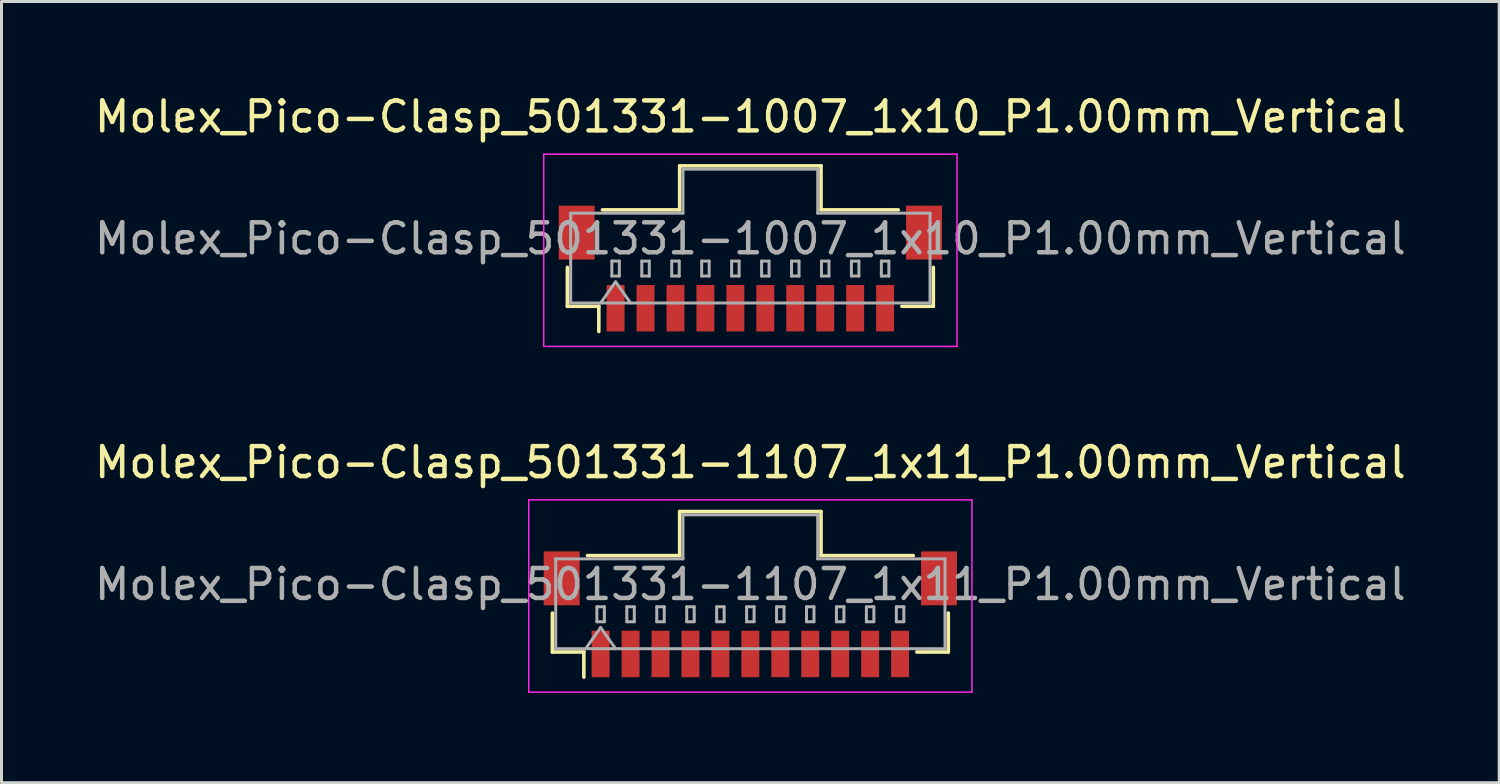
<source format=kicad_pcb>
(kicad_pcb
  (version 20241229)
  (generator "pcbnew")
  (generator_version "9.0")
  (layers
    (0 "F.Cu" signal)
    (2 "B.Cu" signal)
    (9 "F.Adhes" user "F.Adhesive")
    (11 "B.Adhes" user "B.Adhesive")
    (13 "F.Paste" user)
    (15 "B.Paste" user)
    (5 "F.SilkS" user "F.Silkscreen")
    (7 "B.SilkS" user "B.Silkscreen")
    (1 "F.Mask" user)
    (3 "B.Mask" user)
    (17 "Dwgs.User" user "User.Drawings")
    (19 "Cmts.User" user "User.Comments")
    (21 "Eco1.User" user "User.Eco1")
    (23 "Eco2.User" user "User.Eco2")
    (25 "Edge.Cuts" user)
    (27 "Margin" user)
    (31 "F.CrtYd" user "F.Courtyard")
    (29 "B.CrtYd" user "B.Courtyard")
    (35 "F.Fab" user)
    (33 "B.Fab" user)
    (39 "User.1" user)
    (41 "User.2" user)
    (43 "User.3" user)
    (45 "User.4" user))
  (footprint "Molex_Pico-Clasp_501331-1007_1x10_P1.00mm_Vertical"
    (layer "F.Cu")
    (at 22.006 5.918)
    (property "Reference" "Molex_Pico-Clasp_501331-1007_1x10_P1.00mm_Vertical" (at 0 -5.07 0) (layer "F.SilkS") (effects (font (size 1 1) (thickness 0.15))))
    (attr smd)
    (fp_line (start -6.11 -0.04) (end -6.11 1.26) (stroke (width 0.12) (type solid)) (layer "F.SilkS"))
    (fp_line (start -6.11 1.26) (end -5.06 1.26) (stroke (width 0.12) (type solid)) (layer "F.SilkS"))
    (fp_line (start -5.06 1.26) (end -5.06 2.1) (stroke (width 0.12) (type solid)) (layer "F.SilkS"))
    (fp_line (start -4.94 -1.96) (end -2.36 -1.96) (stroke (width 0.12) (type solid)) (layer "F.SilkS"))
    (fp_line (start -2.36 -3.43) (end 2.36 -3.43) (stroke (width 0.12) (type solid)) (layer "F.SilkS"))
    (fp_line (start -2.36 -1.96) (end -2.36 -3.43) (stroke (width 0.12) (type solid)) (layer "F.SilkS"))
    (fp_line (start 2.36 -3.43) (end 2.36 -1.96) (stroke (width 0.12) (type solid)) (layer "F.SilkS"))
    (fp_line (start 2.36 -1.96) (end 4.94 -1.96) (stroke (width 0.12) (type solid)) (layer "F.SilkS"))
    (fp_line (start 6.11 -0.04) (end 6.11 1.26) (stroke (width 0.12) (type solid)) (layer "F.SilkS"))
    (fp_line (start 6.11 1.26) (end 5.06 1.26) (stroke (width 0.12) (type solid)) (layer "F.SilkS"))
    (fp_line (start -6.9 -3.82) (end -6.9 2.6) (stroke (width 0.05) (type solid)) (layer "F.CrtYd"))
    (fp_line (start -6.9 2.6) (end 6.9 2.6) (stroke (width 0.05) (type solid)) (layer "F.CrtYd"))
    (fp_line (start 6.9 -3.82) (end -6.9 -3.82) (stroke (width 0.05) (type solid)) (layer "F.CrtYd"))
    (fp_line (start 6.9 2.6) (end 6.9 -3.82) (stroke (width 0.05) (type solid)) (layer "F.CrtYd"))
    (fp_line (start -6 -1.85) (end -2.25 -1.85) (stroke (width 0.1) (type solid)) (layer "F.Fab"))
    (fp_line (start -6 1.15) (end -6 -1.85) (stroke (width 0.1) (type solid)) (layer "F.Fab"))
    (fp_line (start -6 1.15) (end 6 1.15) (stroke (width 0.1) (type solid)) (layer "F.Fab"))
    (fp_line (start -5 1.15) (end -4.5 0.443) (stroke (width 0.1) (type solid)) (layer "F.Fab"))
    (fp_line (start -4.625 -0.25) (end -4.625 0.25) (stroke (width 0.1) (type solid)) (layer "F.Fab"))
    (fp_line (start -4.625 0.25) (end -4.375 0.25) (stroke (width 0.1) (type solid)) (layer "F.Fab"))
    (fp_line (start -4.5 0.443) (end -4 1.15) (stroke (width 0.1) (type solid)) (layer "F.Fab"))
    (fp_line (start -4.375 -0.25) (end -4.625 -0.25) (stroke (width 0.1) (type solid)) (layer "F.Fab"))
    (fp_line (start -4.375 0.25) (end -4.375 -0.25) (stroke (width 0.1) (type solid)) (layer "F.Fab"))
    (fp_line (start -3.625 -0.25) (end -3.625 0.25) (stroke (width 0.1) (type solid)) (layer "F.Fab"))
    (fp_line (start -3.625 0.25) (end -3.375 0.25) (stroke (width 0.1) (type solid)) (layer "F.Fab"))
    (fp_line (start -3.375 -0.25) (end -3.625 -0.25) (stroke (width 0.1) (type solid)) (layer "F.Fab"))
    (fp_line (start -3.375 0.25) (end -3.375 -0.25) (stroke (width 0.1) (type solid)) (layer "F.Fab"))
    (fp_line (start -2.625 -0.25) (end -2.625 0.25) (stroke (width 0.1) (type solid)) (layer "F.Fab"))
    (fp_line (start -2.625 0.25) (end -2.375 0.25) (stroke (width 0.1) (type solid)) (layer "F.Fab"))
    (fp_line (start -2.375 -0.25) (end -2.625 -0.25) (stroke (width 0.1) (type solid)) (layer "F.Fab"))
    (fp_line (start -2.375 0.25) (end -2.375 -0.25) (stroke (width 0.1) (type solid)) (layer "F.Fab"))
    (fp_line (start -2.25 -3.32) (end 2.25 -3.32) (stroke (width 0.1) (type solid)) (layer "F.Fab"))
    (fp_line (start -2.25 -1.85) (end -2.25 -3.32) (stroke (width 0.1) (type solid)) (layer "F.Fab"))
    (fp_line (start -1.625 -0.25) (end -1.625 0.25) (stroke (width 0.1) (type solid)) (layer "F.Fab"))
    (fp_line (start -1.625 0.25) (end -1.375 0.25) (stroke (width 0.1) (type solid)) (layer "F.Fab"))
    (fp_line (start -1.375 -0.25) (end -1.625 -0.25) (stroke (width 0.1) (type solid)) (layer "F.Fab"))
    (fp_line (start -1.375 0.25) (end -1.375 -0.25) (stroke (width 0.1) (type solid)) (layer "F.Fab"))
    (fp_line (start -0.625 -0.25) (end -0.625 0.25) (stroke (width 0.1) (type solid)) (layer "F.Fab"))
    (fp_line (start -0.625 0.25) (end -0.375 0.25) (stroke (width 0.1) (type solid)) (layer "F.Fab"))
    (fp_line (start -0.375 -0.25) (end -0.625 -0.25) (stroke (width 0.1) (type solid)) (layer "F.Fab"))
    (fp_line (start -0.375 0.25) (end -0.375 -0.25) (stroke (width 0.1) (type solid)) (layer "F.Fab"))
    (fp_line (start 0.375 -0.25) (end 0.375 0.25) (stroke (width 0.1) (type solid)) (layer "F.Fab"))
    (fp_line (start 0.375 0.25) (end 0.625 0.25) (stroke (width 0.1) (type solid)) (layer "F.Fab"))
    (fp_line (start 0.625 -0.25) (end 0.375 -0.25) (stroke (width 0.1) (type solid)) (layer "F.Fab"))
    (fp_line (start 0.625 0.25) (end 0.625 -0.25) (stroke (width 0.1) (type solid)) (layer "F.Fab"))
    (fp_line (start 1.375 -0.25) (end 1.375 0.25) (stroke (width 0.1) (type solid)) (layer "F.Fab"))
    (fp_line (start 1.375 0.25) (end 1.625 0.25) (stroke (width 0.1) (type solid)) (layer "F.Fab"))
    (fp_line (start 1.625 -0.25) (end 1.375 -0.25) (stroke (width 0.1) (type solid)) (layer "F.Fab"))
    (fp_line (start 1.625 0.25) (end 1.625 -0.25) (stroke (width 0.1) (type solid)) (layer "F.Fab"))
    (fp_line (start 2.25 -3.32) (end 2.25 -1.85) (stroke (width 0.1) (type solid)) (layer "F.Fab"))
    (fp_line (start 2.25 -1.85) (end 6 -1.85) (stroke (width 0.1) (type solid)) (layer "F.Fab"))
    (fp_line (start 2.375 -0.25) (end 2.375 0.25) (stroke (width 0.1) (type solid)) (layer "F.Fab"))
    (fp_line (start 2.375 0.25) (end 2.625 0.25) (stroke (width 0.1) (type solid)) (layer "F.Fab"))
    (fp_line (start 2.625 -0.25) (end 2.375 -0.25) (stroke (width 0.1) (type solid)) (layer "F.Fab"))
    (fp_line (start 2.625 0.25) (end 2.625 -0.25) (stroke (width 0.1) (type solid)) (layer "F.Fab"))
    (fp_line (start 3.375 -0.25) (end 3.375 0.25) (stroke (width 0.1) (type solid)) (layer "F.Fab"))
    (fp_line (start 3.375 0.25) (end 3.625 0.25) (stroke (width 0.1) (type solid)) (layer "F.Fab"))
    (fp_line (start 3.625 -0.25) (end 3.375 -0.25) (stroke (width 0.1) (type solid)) (layer "F.Fab"))
    (fp_line (start 3.625 0.25) (end 3.625 -0.25) (stroke (width 0.1) (type solid)) (layer "F.Fab"))
    (fp_line (start 4.375 -0.25) (end 4.375 0.25) (stroke (width 0.1) (type solid)) (layer "F.Fab"))
    (fp_line (start 4.375 0.25) (end 4.625 0.25) (stroke (width 0.1) (type solid)) (layer "F.Fab"))
    (fp_line (start 4.625 -0.25) (end 4.375 -0.25) (stroke (width 0.1) (type solid)) (layer "F.Fab"))
    (fp_line (start 4.625 0.25) (end 4.625 -0.25) (stroke (width 0.1) (type solid)) (layer "F.Fab"))
    (fp_line (start 6 1.15) (end 6 -1.85) (stroke (width 0.1) (type solid)) (layer "F.Fab"))
    (fp_text user "${REFERENCE}" (at 0 -1 0) (layer "F.Fab") (effects (font (size 1 1) (thickness 0.15))))
    (pad "" smd rect (at -5.8 -1.2) (size 1.2 1.8) (layers "F.Cu" "F.Mask" "F.Paste"))
    (pad "" smd rect (at 5.8 -1.2) (size 1.2 1.8) (layers "F.Cu" "F.Mask" "F.Paste"))
    (pad "1" smd rect (at -4.5 1.325) (size 0.6 1.55) (layers "F.Cu" "F.Mask" "F.Paste"))
    (pad "2" smd rect (at -3.5 1.325) (size 0.6 1.55) (layers "F.Cu" "F.Mask" "F.Paste"))
    (pad "3" smd rect (at -2.5 1.325) (size 0.6 1.55) (layers "F.Cu" "F.Mask" "F.Paste"))
    (pad "4" smd rect (at -1.5 1.325) (size 0.6 1.55) (layers "F.Cu" "F.Mask" "F.Paste"))
    (pad "5" smd rect (at -0.5 1.325) (size 0.6 1.55) (layers "F.Cu" "F.Mask" "F.Paste"))
    (pad "6" smd rect (at 0.5 1.325) (size 0.6 1.55) (layers "F.Cu" "F.Mask" "F.Paste"))
    (pad "7" smd rect (at 1.5 1.325) (size 0.6 1.55) (layers "F.Cu" "F.Mask" "F.Paste"))
    (pad "8" smd rect (at 2.5 1.325) (size 0.6 1.55) (layers "F.Cu" "F.Mask" "F.Paste"))
    (pad "9" smd rect (at 3.5 1.325) (size 0.6 1.55) (layers "F.Cu" "F.Mask" "F.Paste"))
    (pad "10" smd rect (at 4.5 1.325) (size 0.6 1.55) (layers "F.Cu" "F.Mask" "F.Paste")))
  (footprint "Molex_Pico-Clasp_501331-1107_1x11_P1.00mm_Vertical"
    (layer "F.Cu")
    (at 22.006 17.462)
    (property "Reference" "Molex_Pico-Clasp_501331-1107_1x11_P1.00mm_Vertical" (at 0 -5.07 0) (layer "F.SilkS") (effects (font (size 1 1) (thickness 0.15))))
    (attr smd)
    (fp_line (start -6.61 -0.04) (end -6.61 1.26) (stroke (width 0.12) (type solid)) (layer "F.SilkS"))
    (fp_line (start -6.61 1.26) (end -5.56 1.26) (stroke (width 0.12) (type solid)) (layer "F.SilkS"))
    (fp_line (start -5.56 1.26) (end -5.56 2.1) (stroke (width 0.12) (type solid)) (layer "F.SilkS"))
    (fp_line (start -5.44 -1.96) (end -2.36 -1.96) (stroke (width 0.12) (type solid)) (layer "F.SilkS"))
    (fp_line (start -2.36 -3.43) (end 2.36 -3.43) (stroke (width 0.12) (type solid)) (layer "F.SilkS"))
    (fp_line (start -2.36 -1.96) (end -2.36 -3.43) (stroke (width 0.12) (type solid)) (layer "F.SilkS"))
    (fp_line (start 2.36 -3.43) (end 2.36 -1.96) (stroke (width 0.12) (type solid)) (layer "F.SilkS"))
    (fp_line (start 2.36 -1.96) (end 5.44 -1.96) (stroke (width 0.12) (type solid)) (layer "F.SilkS"))
    (fp_line (start 6.61 -0.04) (end 6.61 1.26) (stroke (width 0.12) (type solid)) (layer "F.SilkS"))
    (fp_line (start 6.61 1.26) (end 5.56 1.26) (stroke (width 0.12) (type solid)) (layer "F.SilkS"))
    (fp_line (start -7.4 -3.82) (end -7.4 2.6) (stroke (width 0.05) (type solid)) (layer "F.CrtYd"))
    (fp_line (start -7.4 2.6) (end 7.4 2.6) (stroke (width 0.05) (type solid)) (layer "F.CrtYd"))
    (fp_line (start 7.4 -3.82) (end -7.4 -3.82) (stroke (width 0.05) (type solid)) (layer "F.CrtYd"))
    (fp_line (start 7.4 2.6) (end 7.4 -3.82) (stroke (width 0.05) (type solid)) (layer "F.CrtYd"))
    (fp_line (start -6.5 -1.85) (end -2.25 -1.85) (stroke (width 0.1) (type solid)) (layer "F.Fab"))
    (fp_line (start -6.5 1.15) (end -6.5 -1.85) (stroke (width 0.1) (type solid)) (layer "F.Fab"))
    (fp_line (start -6.5 1.15) (end 6.5 1.15) (stroke (width 0.1) (type solid)) (layer "F.Fab"))
    (fp_line (start -5.5 1.15) (end -5 0.443) (stroke (width 0.1) (type solid)) (layer "F.Fab"))
    (fp_line (start -5.125 -0.25) (end -5.125 0.25) (stroke (width 0.1) (type solid)) (layer "F.Fab"))
    (fp_line (start -5.125 0.25) (end -4.875 0.25) (stroke (width 0.1) (type solid)) (layer "F.Fab"))
    (fp_line (start -5 0.443) (end -4.5 1.15) (stroke (width 0.1) (type solid)) (layer "F.Fab"))
    (fp_line (start -4.875 -0.25) (end -5.125 -0.25) (stroke (width 0.1) (type solid)) (layer "F.Fab"))
    (fp_line (start -4.875 0.25) (end -4.875 -0.25) (stroke (width 0.1) (type solid)) (layer "F.Fab"))
    (fp_line (start -4.125 -0.25) (end -4.125 0.25) (stroke (width 0.1) (type solid)) (layer "F.Fab"))
    (fp_line (start -4.125 0.25) (end -3.875 0.25) (stroke (width 0.1) (type solid)) (layer "F.Fab"))
    (fp_line (start -3.875 -0.25) (end -4.125 -0.25) (stroke (width 0.1) (type solid)) (layer "F.Fab"))
    (fp_line (start -3.875 0.25) (end -3.875 -0.25) (stroke (width 0.1) (type solid)) (layer "F.Fab"))
    (fp_line (start -3.125 -0.25) (end -3.125 0.25) (stroke (width 0.1) (type solid)) (layer "F.Fab"))
    (fp_line (start -3.125 0.25) (end -2.875 0.25) (stroke (width 0.1) (type solid)) (layer "F.Fab"))
    (fp_line (start -2.875 -0.25) (end -3.125 -0.25) (stroke (width 0.1) (type solid)) (layer "F.Fab"))
    (fp_line (start -2.875 0.25) (end -2.875 -0.25) (stroke (width 0.1) (type solid)) (layer "F.Fab"))
    (fp_line (start -2.25 -3.32) (end 2.25 -3.32) (stroke (width 0.1) (type solid)) (layer "F.Fab"))
    (fp_line (start -2.25 -1.85) (end -2.25 -3.32) (stroke (width 0.1) (type solid)) (layer "F.Fab"))
    (fp_line (start -2.125 -0.25) (end -2.125 0.25) (stroke (width 0.1) (type solid)) (layer "F.Fab"))
    (fp_line (start -2.125 0.25) (end -1.875 0.25) (stroke (width 0.1) (type solid)) (layer "F.Fab"))
    (fp_line (start -1.875 -0.25) (end -2.125 -0.25) (stroke (width 0.1) (type solid)) (layer "F.Fab"))
    (fp_line (start -1.875 0.25) (end -1.875 -0.25) (stroke (width 0.1) (type solid)) (layer "F.Fab"))
    (fp_line (start -1.125 -0.25) (end -1.125 0.25) (stroke (width 0.1) (type solid)) (layer "F.Fab"))
    (fp_line (start -1.125 0.25) (end -0.875 0.25) (stroke (width 0.1) (type solid)) (layer "F.Fab"))
    (fp_line (start -0.875 -0.25) (end -1.125 -0.25) (stroke (width 0.1) (type solid)) (layer "F.Fab"))
    (fp_line (start -0.875 0.25) (end -0.875 -0.25) (stroke (width 0.1) (type solid)) (layer "F.Fab"))
    (fp_line (start -0.125 -0.25) (end -0.125 0.25) (stroke (width 0.1) (type solid)) (layer "F.Fab"))
    (fp_line (start -0.125 0.25) (end 0.125 0.25) (stroke (width 0.1) (type solid)) (layer "F.Fab"))
    (fp_line (start 0.125 -0.25) (end -0.125 -0.25) (stroke (width 0.1) (type solid)) (layer "F.Fab"))
    (fp_line (start 0.125 0.25) (end 0.125 -0.25) (stroke (width 0.1) (type solid)) (layer "F.Fab"))
    (fp_line (start 0.875 -0.25) (end 0.875 0.25) (stroke (width 0.1) (type solid)) (layer "F.Fab"))
    (fp_line (start 0.875 0.25) (end 1.125 0.25) (stroke (width 0.1) (type solid)) (layer "F.Fab"))
    (fp_line (start 1.125 -0.25) (end 0.875 -0.25) (stroke (width 0.1) (type solid)) (layer "F.Fab"))
    (fp_line (start 1.125 0.25) (end 1.125 -0.25) (stroke (width 0.1) (type solid)) (layer "F.Fab"))
    (fp_line (start 1.875 -0.25) (end 1.875 0.25) (stroke (width 0.1) (type solid)) (layer "F.Fab"))
    (fp_line (start 1.875 0.25) (end 2.125 0.25) (stroke (width 0.1) (type solid)) (layer "F.Fab"))
    (fp_line (start 2.125 -0.25) (end 1.875 -0.25) (stroke (width 0.1) (type solid)) (layer "F.Fab"))
    (fp_line (start 2.125 0.25) (end 2.125 -0.25) (stroke (width 0.1) (type solid)) (layer "F.Fab"))
    (fp_line (start 2.25 -3.32) (end 2.25 -1.85) (stroke (width 0.1) (type solid)) (layer "F.Fab"))
    (fp_line (start 2.25 -1.85) (end 6.5 -1.85) (stroke (width 0.1) (type solid)) (layer "F.Fab"))
    (fp_line (start 2.875 -0.25) (end 2.875 0.25) (stroke (width 0.1) (type solid)) (layer "F.Fab"))
    (fp_line (start 2.875 0.25) (end 3.125 0.25) (stroke (width 0.1) (type solid)) (layer "F.Fab"))
    (fp_line (start 3.125 -0.25) (end 2.875 -0.25) (stroke (width 0.1) (type solid)) (layer "F.Fab"))
    (fp_line (start 3.125 0.25) (end 3.125 -0.25) (stroke (width 0.1) (type solid)) (layer "F.Fab"))
    (fp_line (start 3.875 -0.25) (end 3.875 0.25) (stroke (width 0.1) (type solid)) (layer "F.Fab"))
    (fp_line (start 3.875 0.25) (end 4.125 0.25) (stroke (width 0.1) (type solid)) (layer "F.Fab"))
    (fp_line (start 4.125 -0.25) (end 3.875 -0.25) (stroke (width 0.1) (type solid)) (layer "F.Fab"))
    (fp_line (start 4.125 0.25) (end 4.125 -0.25) (stroke (width 0.1) (type solid)) (layer "F.Fab"))
    (fp_line (start 4.875 -0.25) (end 4.875 0.25) (stroke (width 0.1) (type solid)) (layer "F.Fab"))
    (fp_line (start 4.875 0.25) (end 5.125 0.25) (stroke (width 0.1) (type solid)) (layer "F.Fab"))
    (fp_line (start 5.125 -0.25) (end 4.875 -0.25) (stroke (width 0.1) (type solid)) (layer "F.Fab"))
    (fp_line (start 5.125 0.25) (end 5.125 -0.25) (stroke (width 0.1) (type solid)) (layer "F.Fab"))
    (fp_line (start 6.5 1.15) (end 6.5 -1.85) (stroke (width 0.1) (type solid)) (layer "F.Fab"))
    (fp_text user "${REFERENCE}" (at 0 -1 0) (layer "F.Fab") (effects (font (size 1 1) (thickness 0.15))))
    (pad "" smd rect (at -6.3 -1.2) (size 1.2 1.8) (layers "F.Cu" "F.Mask" "F.Paste"))
    (pad "" smd rect (at 6.3 -1.2) (size 1.2 1.8) (layers "F.Cu" "F.Mask" "F.Paste"))
    (pad "1" smd rect (at -5 1.325) (size 0.6 1.55) (layers "F.Cu" "F.Mask" "F.Paste"))
    (pad "2" smd rect (at -4 1.325) (size 0.6 1.55) (layers "F.Cu" "F.Mask" "F.Paste"))
    (pad "3" smd rect (at -3 1.325) (size 0.6 1.55) (layers "F.Cu" "F.Mask" "F.Paste"))
    (pad "4" smd rect (at -2 1.325) (size 0.6 1.55) (layers "F.Cu" "F.Mask" "F.Paste"))
    (pad "5" smd rect (at -1 1.325) (size 0.6 1.55) (layers "F.Cu" "F.Mask" "F.Paste"))
    (pad "6" smd rect (at 0 1.325) (size 0.6 1.55) (layers "F.Cu" "F.Mask" "F.Paste"))
    (pad "7" smd rect (at 1 1.325) (size 0.6 1.55) (layers "F.Cu" "F.Mask" "F.Paste"))
    (pad "8" smd rect (at 2 1.325) (size 0.6 1.55) (layers "F.Cu" "F.Mask" "F.Paste"))
    (pad "9" smd rect (at 3 1.325) (size 0.6 1.55) (layers "F.Cu" "F.Mask" "F.Paste"))
    (pad "10" smd rect (at 4 1.325) (size 0.6 1.55) (layers "F.Cu" "F.Mask" "F.Paste"))
    (pad "11" smd rect (at 5 1.325) (size 0.6 1.55) (layers "F.Cu" "F.Mask" "F.Paste")))
  (gr_rect
    (start -3 -3)
    (end 47.012 23.087)
    (stroke (width 0.1) (type default))
    (fill no)
    (layer "Edge.Cuts")))
</source>
